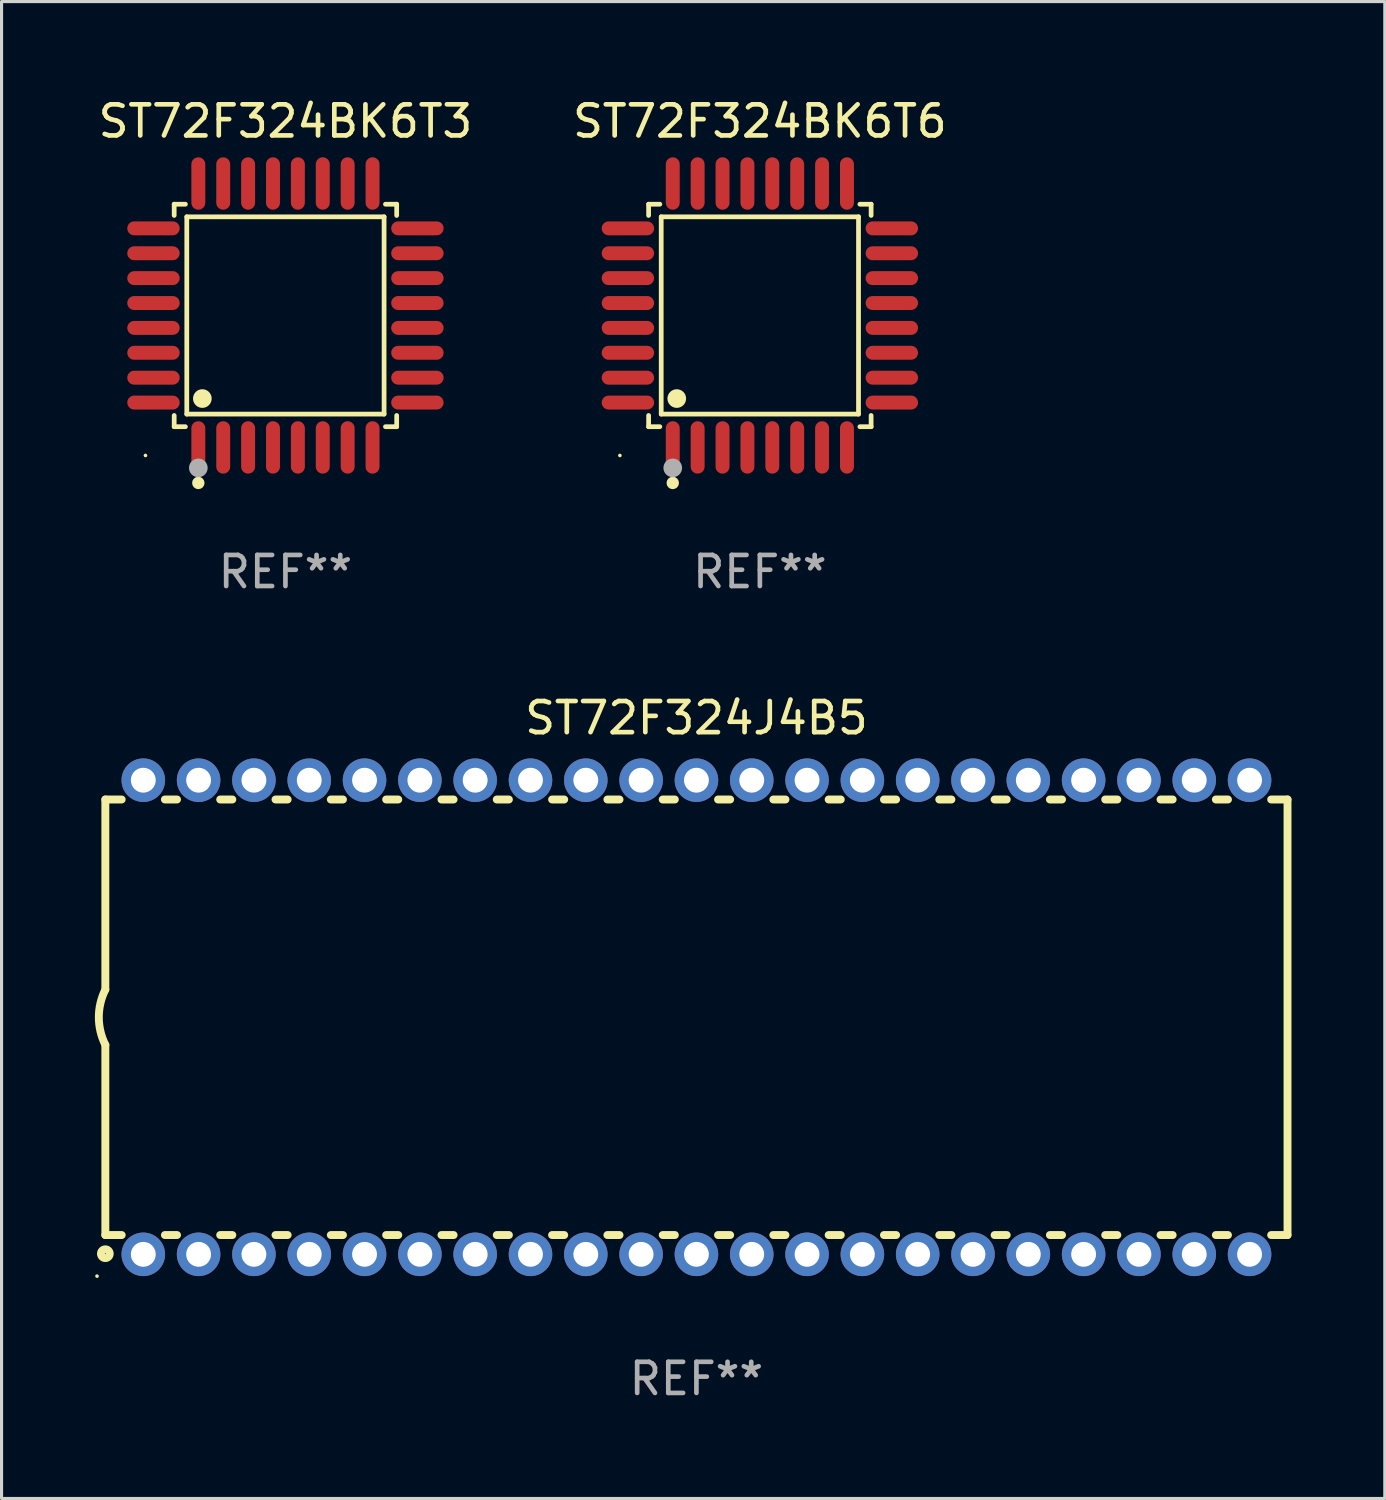
<source format=kicad_pcb>
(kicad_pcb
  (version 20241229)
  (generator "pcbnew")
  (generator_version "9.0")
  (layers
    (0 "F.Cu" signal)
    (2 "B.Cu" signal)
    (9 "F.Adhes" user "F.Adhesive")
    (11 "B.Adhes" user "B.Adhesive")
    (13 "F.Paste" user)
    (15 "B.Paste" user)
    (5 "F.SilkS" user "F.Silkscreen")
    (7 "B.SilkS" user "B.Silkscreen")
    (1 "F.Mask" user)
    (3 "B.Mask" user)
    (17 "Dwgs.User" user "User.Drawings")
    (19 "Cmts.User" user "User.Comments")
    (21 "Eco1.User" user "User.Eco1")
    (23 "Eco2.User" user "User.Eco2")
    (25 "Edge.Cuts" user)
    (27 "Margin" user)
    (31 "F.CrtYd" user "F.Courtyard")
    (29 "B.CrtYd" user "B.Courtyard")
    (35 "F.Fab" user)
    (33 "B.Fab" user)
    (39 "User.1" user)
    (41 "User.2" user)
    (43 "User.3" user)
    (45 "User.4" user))
  (footprint "ST72F324BK6T6"
    (layer "F.Cu")
    (at 21.375 7.09)
    (property "Reference" "ST72F324BK6T6" (at 0 -6.242 0) (layer "F.SilkS") (effects (font (size 1 1) (thickness 0.15))))
    (attr through_hole)
    (fp_line (start -3.576 -3.576) (end -3.215 -3.576) (stroke (width 0.152) (type solid)) (layer "F.SilkS"))
    (fp_line (start -3.576 -3.215) (end -3.576 -3.576) (stroke (width 0.152) (type solid)) (layer "F.SilkS"))
    (fp_line (start -3.576 3.215) (end -3.576 3.576) (stroke (width 0.152) (type solid)) (layer "F.SilkS"))
    (fp_line (start -3.576 3.576) (end -3.215 3.576) (stroke (width 0.152) (type solid)) (layer "F.SilkS"))
    (fp_line (start -3.171 -3.171) (end 3.171 -3.171) (stroke (width 0.152) (type solid)) (layer "F.SilkS"))
    (fp_line (start -3.171 3.171) (end -3.171 -3.171) (stroke (width 0.152) (type solid)) (layer "F.SilkS"))
    (fp_line (start 3.171 -3.171) (end 3.171 3.171) (stroke (width 0.152) (type solid)) (layer "F.SilkS"))
    (fp_line (start 3.171 3.171) (end -3.171 3.171) (stroke (width 0.152) (type solid)) (layer "F.SilkS"))
    (fp_line (start 3.576 -3.576) (end 3.215 -3.576) (stroke (width 0.152) (type solid)) (layer "F.SilkS"))
    (fp_line (start 3.576 -3.215) (end 3.576 -3.576) (stroke (width 0.152) (type solid)) (layer "F.SilkS"))
    (fp_line (start 3.576 3.215) (end 3.576 3.576) (stroke (width 0.152) (type solid)) (layer "F.SilkS"))
    (fp_line (start 3.576 3.576) (end 3.215 3.576) (stroke (width 0.152) (type solid)) (layer "F.SilkS"))
    (fp_circle (center -4.5 4.5) (end -4.47 4.5) (stroke (width 0.06) (type solid)) (fill no) (layer "F.SilkS"))
    (fp_circle (center -2.8 5.384) (end -2.7 5.384) (stroke (width 0.2) (type solid)) (fill no) (layer "F.SilkS"))
    (fp_circle (center -2.671 2.671) (end -2.521 2.671) (stroke (width 0.3) (type solid)) (fill no) (layer "F.SilkS"))
    (fp_circle (center -2.8 4.9) (end -2.65 4.9) (stroke (width 0.3) (type solid)) (fill no) (layer "F.Fab"))
    (fp_text user "REF**" (at 0 8.242 0) (layer "F.Fab") (effects (font (size 1 1) (thickness 0.15))))
    (pad "1" smd oval (at -2.8 4.242) (size 0.448 1.684) (layers "F.Cu" "F.Mask" "F.Paste"))
    (pad "2" smd oval (at -2 4.242) (size 0.448 1.684) (layers "F.Cu" "F.Mask" "F.Paste"))
    (pad "3" smd oval (at -1.2 4.242) (size 0.448 1.684) (layers "F.Cu" "F.Mask" "F.Paste"))
    (pad "4" smd oval (at -0.4 4.242) (size 0.448 1.684) (layers "F.Cu" "F.Mask" "F.Paste"))
    (pad "5" smd oval (at 0.4 4.242) (size 0.448 1.684) (layers "F.Cu" "F.Mask" "F.Paste"))
    (pad "6" smd oval (at 1.2 4.242) (size 0.448 1.684) (layers "F.Cu" "F.Mask" "F.Paste"))
    (pad "7" smd oval (at 2 4.242) (size 0.448 1.684) (layers "F.Cu" "F.Mask" "F.Paste"))
    (pad "8" smd oval (at 2.8 4.242) (size 0.448 1.684) (layers "F.Cu" "F.Mask" "F.Paste"))
    (pad "9" smd oval (at 4.242 2.8) (size 1.684 0.448) (layers "F.Cu" "F.Mask" "F.Paste"))
    (pad "10" smd oval (at 4.242 2) (size 1.684 0.448) (layers "F.Cu" "F.Mask" "F.Paste"))
    (pad "11" smd oval (at 4.242 1.2) (size 1.684 0.448) (layers "F.Cu" "F.Mask" "F.Paste"))
    (pad "12" smd oval (at 4.242 0.4) (size 1.684 0.448) (layers "F.Cu" "F.Mask" "F.Paste"))
    (pad "13" smd oval (at 4.242 -0.4) (size 1.684 0.448) (layers "F.Cu" "F.Mask" "F.Paste"))
    (pad "14" smd oval (at 4.242 -1.2) (size 1.684 0.448) (layers "F.Cu" "F.Mask" "F.Paste"))
    (pad "15" smd oval (at 4.242 -2) (size 1.684 0.448) (layers "F.Cu" "F.Mask" "F.Paste"))
    (pad "16" smd oval (at 4.242 -2.8) (size 1.684 0.448) (layers "F.Cu" "F.Mask" "F.Paste"))
    (pad "17" smd oval (at 2.8 -4.242) (size 0.448 1.684) (layers "F.Cu" "F.Mask" "F.Paste"))
    (pad "18" smd oval (at 2 -4.242) (size 0.448 1.684) (layers "F.Cu" "F.Mask" "F.Paste"))
    (pad "19" smd oval (at 1.2 -4.242) (size 0.448 1.684) (layers "F.Cu" "F.Mask" "F.Paste"))
    (pad "20" smd oval (at 0.4 -4.242) (size 0.448 1.684) (layers "F.Cu" "F.Mask" "F.Paste"))
    (pad "21" smd oval (at -0.4 -4.242) (size 0.448 1.684) (layers "F.Cu" "F.Mask" "F.Paste"))
    (pad "22" smd oval (at -1.2 -4.242) (size 0.448 1.684) (layers "F.Cu" "F.Mask" "F.Paste"))
    (pad "23" smd oval (at -2 -4.242) (size 0.448 1.684) (layers "F.Cu" "F.Mask" "F.Paste"))
    (pad "24" smd oval (at -2.8 -4.242) (size 0.448 1.684) (layers "F.Cu" "F.Mask" "F.Paste"))
    (pad "25" smd oval (at -4.242 -2.8) (size 1.684 0.448) (layers "F.Cu" "F.Mask" "F.Paste"))
    (pad "26" smd oval (at -4.242 -2) (size 1.684 0.448) (layers "F.Cu" "F.Mask" "F.Paste"))
    (pad "27" smd oval (at -4.242 -1.2) (size 1.684 0.448) (layers "F.Cu" "F.Mask" "F.Paste"))
    (pad "28" smd oval (at -4.242 -0.4) (size 1.684 0.448) (layers "F.Cu" "F.Mask" "F.Paste"))
    (pad "29" smd oval (at -4.242 0.4) (size 1.684 0.448) (layers "F.Cu" "F.Mask" "F.Paste"))
    (pad "30" smd oval (at -4.242 1.2) (size 1.684 0.448) (layers "F.Cu" "F.Mask" "F.Paste"))
    (pad "31" smd oval (at -4.242 2) (size 1.684 0.448) (layers "F.Cu" "F.Mask" "F.Paste"))
    (pad "32" smd oval (at -4.242 2.8) (size 1.684 0.448) (layers "F.Cu" "F.Mask" "F.Paste")))
  (footprint "ST72F324BK6T3"
    (layer "F.Cu")
    (at 6.125 7.09)
    (property "Reference" "ST72F324BK6T3" (at 0 -6.242 0) (layer "F.SilkS") (effects (font (size 1 1) (thickness 0.15))))
    (attr through_hole)
    (fp_line (start -3.576 -3.576) (end -3.215 -3.576) (stroke (width 0.152) (type solid)) (layer "F.SilkS"))
    (fp_line (start -3.576 -3.215) (end -3.576 -3.576) (stroke (width 0.152) (type solid)) (layer "F.SilkS"))
    (fp_line (start -3.576 3.215) (end -3.576 3.576) (stroke (width 0.152) (type solid)) (layer "F.SilkS"))
    (fp_line (start -3.576 3.576) (end -3.215 3.576) (stroke (width 0.152) (type solid)) (layer "F.SilkS"))
    (fp_line (start -3.171 -3.171) (end 3.171 -3.171) (stroke (width 0.152) (type solid)) (layer "F.SilkS"))
    (fp_line (start -3.171 3.171) (end -3.171 -3.171) (stroke (width 0.152) (type solid)) (layer "F.SilkS"))
    (fp_line (start 3.171 -3.171) (end 3.171 3.171) (stroke (width 0.152) (type solid)) (layer "F.SilkS"))
    (fp_line (start 3.171 3.171) (end -3.171 3.171) (stroke (width 0.152) (type solid)) (layer "F.SilkS"))
    (fp_line (start 3.576 -3.576) (end 3.215 -3.576) (stroke (width 0.152) (type solid)) (layer "F.SilkS"))
    (fp_line (start 3.576 -3.215) (end 3.576 -3.576) (stroke (width 0.152) (type solid)) (layer "F.SilkS"))
    (fp_line (start 3.576 3.215) (end 3.576 3.576) (stroke (width 0.152) (type solid)) (layer "F.SilkS"))
    (fp_line (start 3.576 3.576) (end 3.215 3.576) (stroke (width 0.152) (type solid)) (layer "F.SilkS"))
    (fp_circle (center -4.5 4.5) (end -4.47 4.5) (stroke (width 0.06) (type solid)) (fill no) (layer "F.SilkS"))
    (fp_circle (center -2.8 5.384) (end -2.7 5.384) (stroke (width 0.2) (type solid)) (fill no) (layer "F.SilkS"))
    (fp_circle (center -2.671 2.671) (end -2.521 2.671) (stroke (width 0.3) (type solid)) (fill no) (layer "F.SilkS"))
    (fp_circle (center -2.8 4.9) (end -2.65 4.9) (stroke (width 0.3) (type solid)) (fill no) (layer "F.Fab"))
    (fp_text user "REF**" (at 0 8.242 0) (layer "F.Fab") (effects (font (size 1 1) (thickness 0.15))))
    (pad "1" smd oval (at -2.8 4.242) (size 0.448 1.684) (layers "F.Cu" "F.Mask" "F.Paste"))
    (pad "2" smd oval (at -2 4.242) (size 0.448 1.684) (layers "F.Cu" "F.Mask" "F.Paste"))
    (pad "3" smd oval (at -1.2 4.242) (size 0.448 1.684) (layers "F.Cu" "F.Mask" "F.Paste"))
    (pad "4" smd oval (at -0.4 4.242) (size 0.448 1.684) (layers "F.Cu" "F.Mask" "F.Paste"))
    (pad "5" smd oval (at 0.4 4.242) (size 0.448 1.684) (layers "F.Cu" "F.Mask" "F.Paste"))
    (pad "6" smd oval (at 1.2 4.242) (size 0.448 1.684) (layers "F.Cu" "F.Mask" "F.Paste"))
    (pad "7" smd oval (at 2 4.242) (size 0.448 1.684) (layers "F.Cu" "F.Mask" "F.Paste"))
    (pad "8" smd oval (at 2.8 4.242) (size 0.448 1.684) (layers "F.Cu" "F.Mask" "F.Paste"))
    (pad "9" smd oval (at 4.242 2.8) (size 1.684 0.448) (layers "F.Cu" "F.Mask" "F.Paste"))
    (pad "10" smd oval (at 4.242 2) (size 1.684 0.448) (layers "F.Cu" "F.Mask" "F.Paste"))
    (pad "11" smd oval (at 4.242 1.2) (size 1.684 0.448) (layers "F.Cu" "F.Mask" "F.Paste"))
    (pad "12" smd oval (at 4.242 0.4) (size 1.684 0.448) (layers "F.Cu" "F.Mask" "F.Paste"))
    (pad "13" smd oval (at 4.242 -0.4) (size 1.684 0.448) (layers "F.Cu" "F.Mask" "F.Paste"))
    (pad "14" smd oval (at 4.242 -1.2) (size 1.684 0.448) (layers "F.Cu" "F.Mask" "F.Paste"))
    (pad "15" smd oval (at 4.242 -2) (size 1.684 0.448) (layers "F.Cu" "F.Mask" "F.Paste"))
    (pad "16" smd oval (at 4.242 -2.8) (size 1.684 0.448) (layers "F.Cu" "F.Mask" "F.Paste"))
    (pad "17" smd oval (at 2.8 -4.242) (size 0.448 1.684) (layers "F.Cu" "F.Mask" "F.Paste"))
    (pad "18" smd oval (at 2 -4.242) (size 0.448 1.684) (layers "F.Cu" "F.Mask" "F.Paste"))
    (pad "19" smd oval (at 1.2 -4.242) (size 0.448 1.684) (layers "F.Cu" "F.Mask" "F.Paste"))
    (pad "20" smd oval (at 0.4 -4.242) (size 0.448 1.684) (layers "F.Cu" "F.Mask" "F.Paste"))
    (pad "21" smd oval (at -0.4 -4.242) (size 0.448 1.684) (layers "F.Cu" "F.Mask" "F.Paste"))
    (pad "22" smd oval (at -1.2 -4.242) (size 0.448 1.684) (layers "F.Cu" "F.Mask" "F.Paste"))
    (pad "23" smd oval (at -2 -4.242) (size 0.448 1.684) (layers "F.Cu" "F.Mask" "F.Paste"))
    (pad "24" smd oval (at -2.8 -4.242) (size 0.448 1.684) (layers "F.Cu" "F.Mask" "F.Paste"))
    (pad "25" smd oval (at -4.242 -2.8) (size 1.684 0.448) (layers "F.Cu" "F.Mask" "F.Paste"))
    (pad "26" smd oval (at -4.242 -2) (size 1.684 0.448) (layers "F.Cu" "F.Mask" "F.Paste"))
    (pad "27" smd oval (at -4.242 -1.2) (size 1.684 0.448) (layers "F.Cu" "F.Mask" "F.Paste"))
    (pad "28" smd oval (at -4.242 -0.4) (size 1.684 0.448) (layers "F.Cu" "F.Mask" "F.Paste"))
    (pad "29" smd oval (at -4.242 0.4) (size 1.684 0.448) (layers "F.Cu" "F.Mask" "F.Paste"))
    (pad "30" smd oval (at -4.242 1.2) (size 1.684 0.448) (layers "F.Cu" "F.Mask" "F.Paste"))
    (pad "31" smd oval (at -4.242 2) (size 1.684 0.448) (layers "F.Cu" "F.Mask" "F.Paste"))
    (pad "32" smd oval (at -4.242 2.8) (size 1.684 0.448) (layers "F.Cu" "F.Mask" "F.Paste")))
  (footprint "ST72F324J4B5"
    (layer "F.Cu")
    (at 19.336 29.649)
    (property "Reference" "ST72F324J4B5" (at 0 -9.62 0) (layer "F.SilkS") (effects (font (size 1 1) (thickness 0.15))))
    (attr through_hole)
    (fp_line (start -19 7) (end -19 0.889) (stroke (width 0.254) (type solid)) (layer "F.SilkS"))
    (fp_line (start -19 -7) (end -19 -0.889) (stroke (width 0.254) (type solid)) (layer "F.SilkS"))
    (fp_line (start -18.474 -7) (end -19 -7) (stroke (width 0.254) (type solid)) (layer "F.SilkS"))
    (fp_line (start -18.474 7) (end -19 7) (stroke (width 0.254) (type solid)) (layer "F.SilkS"))
    (fp_line (start -16.696 -7) (end -17.086 -7) (stroke (width 0.254) (type solid)) (layer "F.SilkS"))
    (fp_line (start -16.696 7) (end -17.086 7) (stroke (width 0.254) (type solid)) (layer "F.SilkS"))
    (fp_line (start -14.918 -7) (end -15.308 -7) (stroke (width 0.254) (type solid)) (layer "F.SilkS"))
    (fp_line (start -14.918 7) (end -15.308 7) (stroke (width 0.254) (type solid)) (layer "F.SilkS"))
    (fp_line (start -13.14 -7) (end -13.53 -7) (stroke (width 0.254) (type solid)) (layer "F.SilkS"))
    (fp_line (start -13.14 7) (end -13.53 7) (stroke (width 0.254) (type solid)) (layer "F.SilkS"))
    (fp_line (start -11.362 -7) (end -11.752 -7) (stroke (width 0.254) (type solid)) (layer "F.SilkS"))
    (fp_line (start -11.362 7) (end -11.752 7) (stroke (width 0.254) (type solid)) (layer "F.SilkS"))
    (fp_line (start -9.584 -7) (end -9.974 -7) (stroke (width 0.254) (type solid)) (layer "F.SilkS"))
    (fp_line (start -9.584 7) (end -9.974 7) (stroke (width 0.254) (type solid)) (layer "F.SilkS"))
    (fp_line (start -7.806 -7) (end -8.196 -7) (stroke (width 0.254) (type solid)) (layer "F.SilkS"))
    (fp_line (start -7.806 7) (end -8.196 7) (stroke (width 0.254) (type solid)) (layer "F.SilkS"))
    (fp_line (start -6.028 -7) (end -6.418 -7) (stroke (width 0.254) (type solid)) (layer "F.SilkS"))
    (fp_line (start -6.028 7) (end -6.418 7) (stroke (width 0.254) (type solid)) (layer "F.SilkS"))
    (fp_line (start -4.25 -7) (end -4.64 -7) (stroke (width 0.254) (type solid)) (layer "F.SilkS"))
    (fp_line (start -4.25 7) (end -4.64 7) (stroke (width 0.254) (type solid)) (layer "F.SilkS"))
    (fp_line (start -2.472 -7) (end -2.862 -7) (stroke (width 0.254) (type solid)) (layer "F.SilkS"))
    (fp_line (start -2.472 7) (end -2.862 7) (stroke (width 0.254) (type solid)) (layer "F.SilkS"))
    (fp_line (start -0.694 -7) (end -1.084 -7) (stroke (width 0.254) (type solid)) (layer "F.SilkS"))
    (fp_line (start -0.694 7) (end -1.084 7) (stroke (width 0.254) (type solid)) (layer "F.SilkS"))
    (fp_line (start 1.084 -7) (end 0.694 -7) (stroke (width 0.254) (type solid)) (layer "F.SilkS"))
    (fp_line (start 1.084 7) (end 0.694 7) (stroke (width 0.254) (type solid)) (layer "F.SilkS"))
    (fp_line (start 2.862 -7) (end 2.472 -7) (stroke (width 0.254) (type solid)) (layer "F.SilkS"))
    (fp_line (start 2.862 7) (end 2.472 7) (stroke (width 0.254) (type solid)) (layer "F.SilkS"))
    (fp_line (start 4.64 -7) (end 4.25 -7) (stroke (width 0.254) (type solid)) (layer "F.SilkS"))
    (fp_line (start 4.64 7) (end 4.25 7) (stroke (width 0.254) (type solid)) (layer "F.SilkS"))
    (fp_line (start 6.418 -7) (end 6.028 -7) (stroke (width 0.254) (type solid)) (layer "F.SilkS"))
    (fp_line (start 6.418 7) (end 6.028 7) (stroke (width 0.254) (type solid)) (layer "F.SilkS"))
    (fp_line (start 8.196 -7) (end 7.806 -7) (stroke (width 0.254) (type solid)) (layer "F.SilkS"))
    (fp_line (start 8.196 7) (end 7.806 7) (stroke (width 0.254) (type solid)) (layer "F.SilkS"))
    (fp_line (start 9.974 -7) (end 9.584 -7) (stroke (width 0.254) (type solid)) (layer "F.SilkS"))
    (fp_line (start 9.974 7) (end 9.584 7) (stroke (width 0.254) (type solid)) (layer "F.SilkS"))
    (fp_line (start 11.752 -7) (end 11.362 -7) (stroke (width 0.254) (type solid)) (layer "F.SilkS"))
    (fp_line (start 11.752 7) (end 11.362 7) (stroke (width 0.254) (type solid)) (layer "F.SilkS"))
    (fp_line (start 13.53 -7) (end 13.14 -7) (stroke (width 0.254) (type solid)) (layer "F.SilkS"))
    (fp_line (start 13.53 7) (end 13.14 7) (stroke (width 0.254) (type solid)) (layer "F.SilkS"))
    (fp_line (start 15.308 -7) (end 14.918 -7) (stroke (width 0.254) (type solid)) (layer "F.SilkS"))
    (fp_line (start 15.308 7) (end 14.918 7) (stroke (width 0.254) (type solid)) (layer "F.SilkS"))
    (fp_line (start 17.086 -7) (end 16.696 -7) (stroke (width 0.254) (type solid)) (layer "F.SilkS"))
    (fp_line (start 17.086 7) (end 16.696 7) (stroke (width 0.254) (type solid)) (layer "F.SilkS"))
    (fp_line (start 19 -7) (end 18.474 -7) (stroke (width 0.254) (type solid)) (layer "F.SilkS"))
    (fp_line (start 19 -7) (end 19 7) (stroke (width 0.254) (type solid)) (layer "F.SilkS"))
    (fp_line (start 19 7) (end 18.474 7) (stroke (width 0.254) (type solid)) (layer "F.SilkS"))
    (fp_arc (start -18.999226 0.889002) (mid -19.209351 0.00009) (end -18.999987 -0.889002) (stroke (width 0.254001) (type solid)) (layer "F.SilkS"))
    (fp_circle (center -19.268 8.32) (end -19.238 8.32) (stroke (width 0.06) (type solid)) (fill no) (layer "F.SilkS"))
    (fp_circle (center -19 7.6) (end -18.859 7.6) (stroke (width 0.254) (type solid)) (fill no) (layer "F.SilkS"))
    (fp_text user "REF**" (at 0 11.62 0) (layer "F.Fab") (effects (font (size 1 1) (thickness 0.15))))
    (pad "1" thru_hole circle (at -17.78 7.62) (size 1.4 1.4) (drill 0.8) (layers "*.Cu" "*.Mask"))
    (pad "2" thru_hole circle (at -16.002 7.62) (size 1.4 1.4) (drill 0.8) (layers "*.Cu" "*.Mask"))
    (pad "3" thru_hole circle (at -14.224 7.62) (size 1.4 1.4) (drill 0.8) (layers "*.Cu" "*.Mask"))
    (pad "4" thru_hole circle (at -12.446 7.62) (size 1.4 1.4) (drill 0.8) (layers "*.Cu" "*.Mask"))
    (pad "5" thru_hole circle (at -10.668 7.62) (size 1.4 1.4) (drill 0.8) (layers "*.Cu" "*.Mask"))
    (pad "6" thru_hole circle (at -8.89 7.62) (size 1.4 1.4) (drill 0.8) (layers "*.Cu" "*.Mask"))
    (pad "7" thru_hole circle (at -7.112 7.62) (size 1.4 1.4) (drill 0.8) (layers "*.Cu" "*.Mask"))
    (pad "8" thru_hole circle (at -5.334 7.62) (size 1.4 1.4) (drill 0.8) (layers "*.Cu" "*.Mask"))
    (pad "9" thru_hole circle (at -3.556 7.62) (size 1.4 1.4) (drill 0.8) (layers "*.Cu" "*.Mask"))
    (pad "10" thru_hole circle (at -1.778 7.62) (size 1.4 1.4) (drill 0.8) (layers "*.Cu" "*.Mask"))
    (pad "11" thru_hole circle (at 0.000013 7.62) (size 1.4 1.4) (drill 0.8) (layers "*.Cu" "*.Mask"))
    (pad "12" thru_hole circle (at 1.778 7.62) (size 1.4 1.4) (drill 0.8) (layers "*.Cu" "*.Mask"))
    (pad "13" thru_hole circle (at 3.556 7.62) (size 1.4 1.4) (drill 0.8) (layers "*.Cu" "*.Mask"))
    (pad "14" thru_hole circle (at 5.334 7.62) (size 1.4 1.4) (drill 0.8) (layers "*.Cu" "*.Mask"))
    (pad "15" thru_hole circle (at 7.112 7.62) (size 1.4 1.4) (drill 0.8) (layers "*.Cu" "*.Mask"))
    (pad "16" thru_hole circle (at 8.89 7.62) (size 1.4 1.4) (drill 0.8) (layers "*.Cu" "*.Mask"))
    (pad "17" thru_hole circle (at 10.668 7.62) (size 1.4 1.4) (drill 0.8) (layers "*.Cu" "*.Mask"))
    (pad "18" thru_hole circle (at 12.446 7.62) (size 1.4 1.4) (drill 0.8) (layers "*.Cu" "*.Mask"))
    (pad "19" thru_hole circle (at 14.224 7.62) (size 1.4 1.4) (drill 0.8) (layers "*.Cu" "*.Mask"))
    (pad "20" thru_hole circle (at 16.002 7.62) (size 1.4 1.4) (drill 0.8) (layers "*.Cu" "*.Mask"))
    (pad "21" thru_hole circle (at 17.78 7.62) (size 1.4 1.4) (drill 0.8) (layers "*.Cu" "*.Mask"))
    (pad "22" thru_hole circle (at 17.78 -7.62) (size 1.4 1.4) (drill 0.8) (layers "*.Cu" "*.Mask"))
    (pad "23" thru_hole circle (at 16.002 -7.62) (size 1.4 1.4) (drill 0.8) (layers "*.Cu" "*.Mask"))
    (pad "24" thru_hole circle (at 14.224 -7.62) (size 1.4 1.4) (drill 0.8) (layers "*.Cu" "*.Mask"))
    (pad "25" thru_hole circle (at 12.446 -7.62) (size 1.4 1.4) (drill 0.8) (layers "*.Cu" "*.Mask"))
    (pad "26" thru_hole circle (at 10.668 -7.62) (size 1.4 1.4) (drill 0.8) (layers "*.Cu" "*.Mask"))
    (pad "27" thru_hole circle (at 8.89 -7.62) (size 1.4 1.4) (drill 0.8) (layers "*.Cu" "*.Mask"))
    (pad "28" thru_hole circle (at 7.112 -7.62) (size 1.4 1.4) (drill 0.8) (layers "*.Cu" "*.Mask"))
    (pad "29" thru_hole circle (at 5.334 -7.62) (size 1.4 1.4) (drill 0.8) (layers "*.Cu" "*.Mask"))
    (pad "30" thru_hole circle (at 3.556 -7.62) (size 1.4 1.4) (drill 0.8) (layers "*.Cu" "*.Mask"))
    (pad "31" thru_hole circle (at 1.778 -7.62) (size 1.4 1.4) (drill 0.8) (layers "*.Cu" "*.Mask"))
    (pad "32" thru_hole circle (at 0.000013 -7.62) (size 1.4 1.4) (drill 0.8) (layers "*.Cu" "*.Mask"))
    (pad "33" thru_hole circle (at -1.778 -7.62) (size 1.4 1.4) (drill 0.8) (layers "*.Cu" "*.Mask"))
    (pad "34" thru_hole circle (at -3.556 -7.62) (size 1.4 1.4) (drill 0.8) (layers "*.Cu" "*.Mask"))
    (pad "35" thru_hole circle (at -5.334 -7.62) (size 1.4 1.4) (drill 0.8) (layers "*.Cu" "*.Mask"))
    (pad "36" thru_hole circle (at -7.112 -7.62) (size 1.4 1.4) (drill 0.8) (layers "*.Cu" "*.Mask"))
    (pad "37" thru_hole circle (at -8.89 -7.62) (size 1.4 1.4) (drill 0.8) (layers "*.Cu" "*.Mask"))
    (pad "38" thru_hole circle (at -10.668 -7.62) (size 1.4 1.4) (drill 0.8) (layers "*.Cu" "*.Mask"))
    (pad "39" thru_hole circle (at -12.446 -7.62) (size 1.4 1.4) (drill 0.8) (layers "*.Cu" "*.Mask"))
    (pad "40" thru_hole circle (at -14.224 -7.62) (size 1.4 1.4) (drill 0.8) (layers "*.Cu" "*.Mask"))
    (pad "41" thru_hole circle (at -16.002 -7.62) (size 1.4 1.4) (drill 0.8) (layers "*.Cu" "*.Mask"))
    (pad "42" thru_hole circle (at -17.78 -7.62) (size 1.4 1.4) (drill 0.8) (layers "*.Cu" "*.Mask")))
  (gr_rect
    (start -3 -3)
    (end 41.463 45.117)
    (stroke (width 0.1) (type default))
    (fill no)
    (layer "Edge.Cuts")))
</source>
